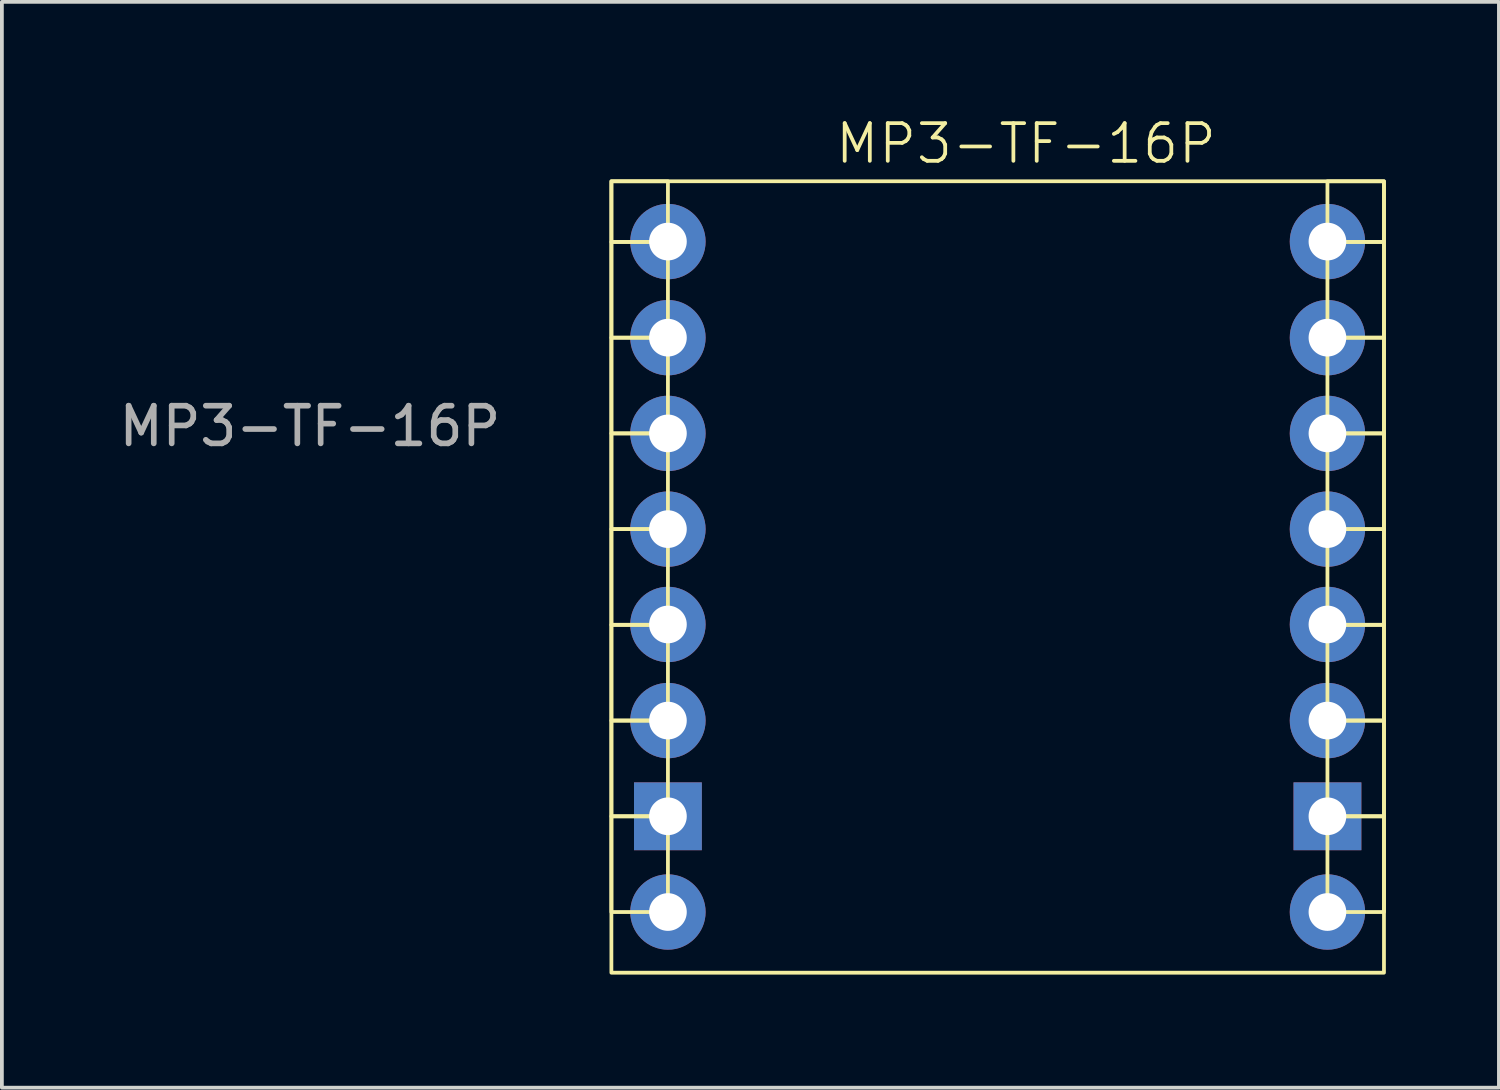
<source format=kicad_pcb>
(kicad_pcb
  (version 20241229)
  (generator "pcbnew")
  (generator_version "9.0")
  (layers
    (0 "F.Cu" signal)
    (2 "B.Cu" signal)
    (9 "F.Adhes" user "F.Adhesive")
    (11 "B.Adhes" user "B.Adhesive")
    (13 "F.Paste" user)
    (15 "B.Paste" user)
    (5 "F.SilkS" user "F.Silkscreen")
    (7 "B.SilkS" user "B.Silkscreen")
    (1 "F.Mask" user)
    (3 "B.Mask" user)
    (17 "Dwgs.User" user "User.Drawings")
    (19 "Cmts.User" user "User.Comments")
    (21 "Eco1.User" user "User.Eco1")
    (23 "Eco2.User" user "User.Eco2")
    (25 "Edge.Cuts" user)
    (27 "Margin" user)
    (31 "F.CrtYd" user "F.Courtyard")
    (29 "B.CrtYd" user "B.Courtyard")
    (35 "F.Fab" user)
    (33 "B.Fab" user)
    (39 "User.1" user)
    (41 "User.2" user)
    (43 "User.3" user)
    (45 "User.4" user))
  (footprint "MP3-TF-16P"
    (layer "F.Cu")
    (at 13.173 1.76)
    (property "Reference" "MP3-TF-16P" (at 11 -1 0) (unlocked yes) (layer "F.SilkS") (effects (font (size 1 1) (thickness 0.1))))
    (attr smd)
    (fp_rect (start 0 0) (end 1.5 1.61) (stroke (width 0.1) (type default)) (fill no) (layer "F.SilkS"))
    (fp_rect (start 0 0) (end 20.5 21) (stroke (width 0.1) (type default)) (fill no) (layer "F.SilkS"))
    (fp_rect (start 0 1.61) (end 1.5 4.15) (stroke (width 0.1) (type default)) (fill no) (layer "F.SilkS"))
    (fp_rect (start 0 4.15) (end 1.5 6.69) (stroke (width 0.1) (type default)) (fill no) (layer "F.SilkS"))
    (fp_rect (start 0 6.69) (end 1.5 9.23) (stroke (width 0.1) (type default)) (fill no) (layer "F.SilkS"))
    (fp_rect (start 0 9.23) (end 1.5 11.77) (stroke (width 0.1) (type default)) (fill no) (layer "F.SilkS"))
    (fp_rect (start 0 11.77) (end 1.5 14.31) (stroke (width 0.1) (type default)) (fill no) (layer "F.SilkS"))
    (fp_rect (start 0 14.31) (end 1.5 16.85) (stroke (width 0.1) (type default)) (fill no) (layer "F.SilkS"))
    (fp_rect (start 0 16.85) (end 1.5 19.39) (stroke (width 0.1) (type default)) (fill no) (layer "F.SilkS"))
    (fp_rect (start 19 0) (end 20.5 1.61) (stroke (width 0.1) (type default)) (fill no) (layer "F.SilkS"))
    (fp_rect (start 19 1.61) (end 20.5 4.15) (stroke (width 0.1) (type default)) (fill no) (layer "F.SilkS"))
    (fp_rect (start 19 4.15) (end 20.5 6.69) (stroke (width 0.1) (type default)) (fill no) (layer "F.SilkS"))
    (fp_rect (start 19 6.69) (end 20.5 9.23) (stroke (width 0.1) (type default)) (fill no) (layer "F.SilkS"))
    (fp_rect (start 19 9.23) (end 20.5 11.77) (stroke (width 0.1) (type default)) (fill no) (layer "F.SilkS"))
    (fp_rect (start 19 11.77) (end 20.5 14.31) (stroke (width 0.1) (type default)) (fill no) (layer "F.SilkS"))
    (fp_rect (start 19 14.31) (end 20.5 16.85) (stroke (width 0.1) (type default)) (fill no) (layer "F.SilkS"))
    (fp_rect (start 19 16.85) (end 20.5 19.39) (stroke (width 0.1) (type default)) (fill no) (layer "F.SilkS"))
    (fp_text user "${REFERENCE}" (at -8 6.5 0) (unlocked yes) (layer "F.Fab") (effects (font (size 1 1) (thickness 0.15))))
    (pad "1" thru_hole circle (at 1.5 1.6) (size 2 2) (drill 1) (layers "*.Cu" "*.Mask"))
    (pad "2" thru_hole circle (at 1.5 4.15) (size 2 2) (drill 1) (layers "*.Cu" "*.Mask"))
    (pad "3" thru_hole circle (at 1.5 6.69) (size 2 2) (drill 1) (layers "*.Cu" "*.Mask"))
    (pad "4" thru_hole circle (at 1.5 9.23) (size 2 2) (drill 1) (layers "*.Cu" "*.Mask"))
    (pad "5" thru_hole circle (at 1.5 11.76) (size 2 2) (drill 1) (layers "*.Cu" "*.Mask"))
    (pad "6" thru_hole circle (at 1.5 14.31) (size 2 2) (drill 1) (layers "*.Cu" "*.Mask"))
    (pad "7" thru_hole rect (at 1.5 16.85) (size 1.8 1.8) (drill 1) (layers "*.Cu" "*.Mask"))
    (pad "8" thru_hole circle (at 1.5 19.39) (size 2 2) (drill 1) (layers "*.Cu" "*.Mask"))
    (pad "9" thru_hole circle (at 19 19.39) (size 2 2) (drill 1) (layers "*.Cu" "*.Mask"))
    (pad "10" thru_hole rect (at 19 16.85) (size 1.8 1.8) (drill 1) (layers "*.Cu" "*.Mask"))
    (pad "11" thru_hole circle (at 19 14.31) (size 2 2) (drill 1) (layers "*.Cu" "*.Mask"))
    (pad "12" thru_hole circle (at 19 11.76) (size 2 2) (drill 1) (layers "*.Cu" "*.Mask"))
    (pad "13" thru_hole circle (at 19 9.23) (size 2 2) (drill 1) (layers "*.Cu" "*.Mask"))
    (pad "14" thru_hole circle (at 19 6.69) (size 2 2) (drill 1) (layers "*.Cu" "*.Mask"))
    (pad "15" thru_hole circle (at 19 4.15) (size 2 2) (drill 1) (layers "*.Cu" "*.Mask"))
    (pad "16" thru_hole circle (at 19 1.6) (size 2 2) (drill 1) (layers "*.Cu" "*.Mask")))
  (gr_rect
    (start -3 -3)
    (end 36.723 25.811)
    (stroke (width 0.1) (type default))
    (fill no)
    (layer "Edge.Cuts")))
</source>
